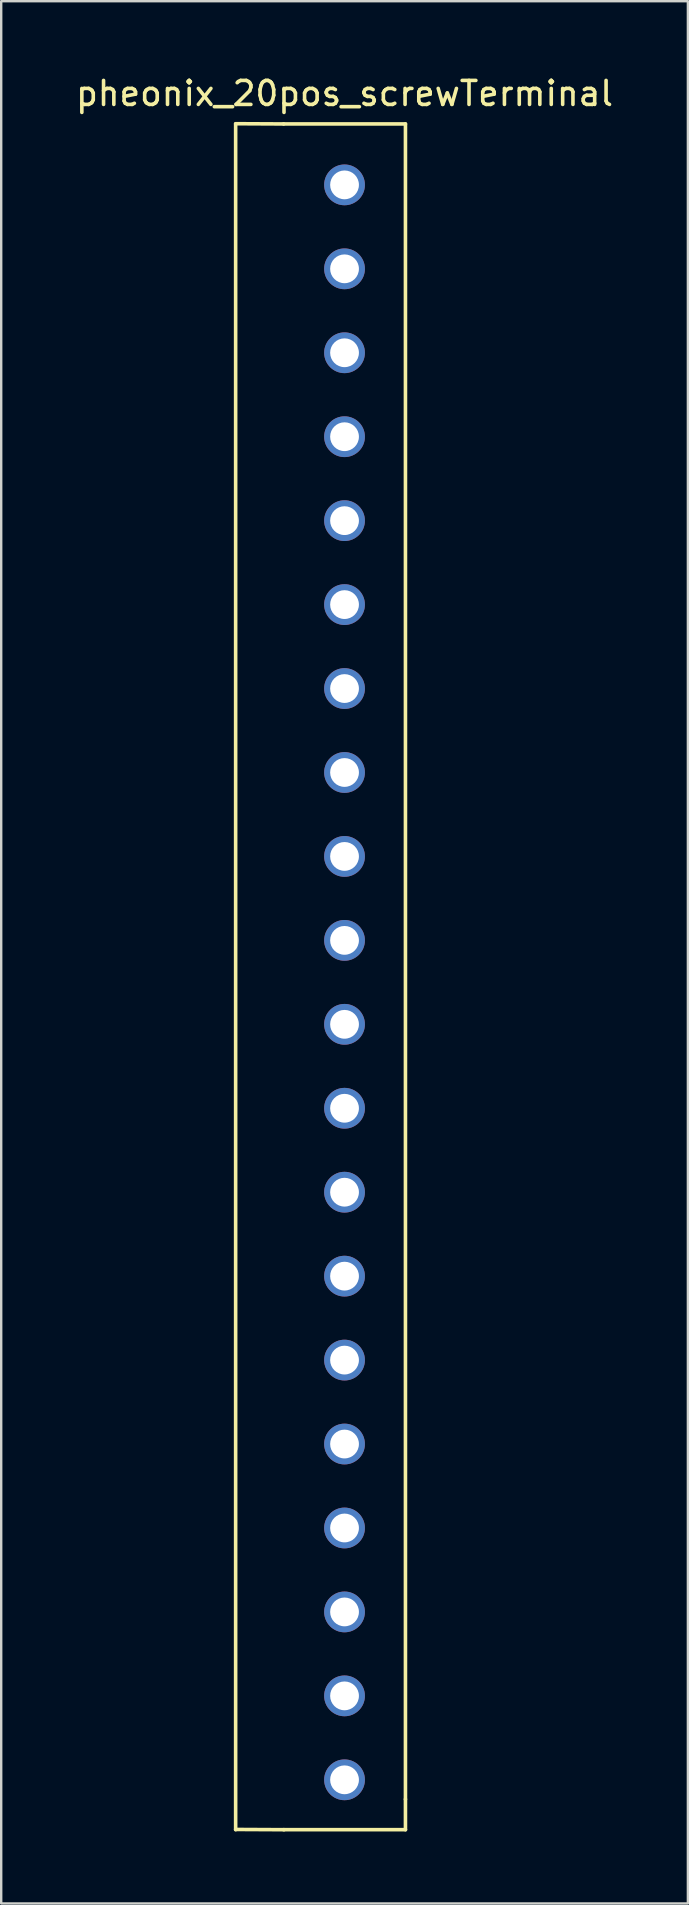
<source format=kicad_pcb>
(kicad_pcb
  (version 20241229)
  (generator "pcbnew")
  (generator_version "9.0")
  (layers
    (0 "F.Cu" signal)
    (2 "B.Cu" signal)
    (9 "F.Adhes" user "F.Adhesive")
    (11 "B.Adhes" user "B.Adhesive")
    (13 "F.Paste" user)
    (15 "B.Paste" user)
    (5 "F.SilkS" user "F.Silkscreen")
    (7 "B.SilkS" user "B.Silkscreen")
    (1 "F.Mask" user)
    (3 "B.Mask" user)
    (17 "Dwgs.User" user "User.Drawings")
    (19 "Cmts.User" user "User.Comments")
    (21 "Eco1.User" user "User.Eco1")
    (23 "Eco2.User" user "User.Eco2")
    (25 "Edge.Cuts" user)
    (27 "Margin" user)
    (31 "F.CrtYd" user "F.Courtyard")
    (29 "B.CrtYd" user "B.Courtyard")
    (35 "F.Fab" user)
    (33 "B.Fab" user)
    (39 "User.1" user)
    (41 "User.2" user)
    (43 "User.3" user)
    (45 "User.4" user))
  (footprint "pheonix_20pos_screwTerminal"
    (layer "F.Cu")
    (at 11.315 4.658)
    (property "Reference" "pheonix_20pos_screwTerminal" (at 0 -3.81 0) (layer "F.SilkS") (effects (font (size 1 1) (thickness 0.15))))
    (attr through_hole)
    (fp_line (start -4.54 68.57) (end -2.52 68.58) (stroke (width 0.15) (type solid)) (layer "F.SilkS"))
    (fp_line (start -4.54 68.58) (end -4.54 -2.54) (stroke (width 0.15) (type solid)) (layer "F.SilkS"))
    (fp_line (start -2.54 -2.54) (end -4.54 -2.55) (stroke (width 0.15) (type solid)) (layer "F.SilkS"))
    (fp_line (start -2.54 -2.54) (end 2.54 -2.54) (stroke (width 0.15) (type solid)) (layer "F.SilkS"))
    (fp_line (start 2.54 -2.54) (end 2.54 67.31) (stroke (width 0.15) (type solid)) (layer "F.SilkS"))
    (fp_line (start 2.54 67.31) (end 2.54 68.58) (stroke (width 0.15) (type solid)) (layer "F.SilkS"))
    (fp_line (start 2.54 68.58) (end -2.54 68.58) (stroke (width 0.15) (type solid)) (layer "F.SilkS"))
    (pad "1" thru_hole circle (at 0 0) (size 1.7 1.7) (drill 1.2) (layers "*.Cu" "*.Mask"))
    (pad "2" thru_hole circle (at 0 3.5) (size 1.7 1.7) (drill 1.2) (layers "*.Cu" "*.Mask"))
    (pad "3" thru_hole circle (at 0 7) (size 1.7 1.7) (drill 1.2) (layers "*.Cu" "*.Mask"))
    (pad "4" thru_hole circle (at 0 10.5) (size 1.7 1.7) (drill 1.2) (layers "*.Cu" "*.Mask"))
    (pad "5" thru_hole circle (at 0 14) (size 1.7 1.7) (drill 1.2) (layers "*.Cu" "*.Mask"))
    (pad "6" thru_hole circle (at 0 17.5) (size 1.7 1.7) (drill 1.2) (layers "*.Cu" "*.Mask"))
    (pad "7" thru_hole circle (at 0 21) (size 1.7 1.7) (drill 1.2) (layers "*.Cu" "*.Mask"))
    (pad "8" thru_hole circle (at 0 24.5) (size 1.7 1.7) (drill 1.2) (layers "*.Cu" "*.Mask"))
    (pad "9" thru_hole circle (at 0 28) (size 1.7 1.7) (drill 1.2) (layers "*.Cu" "*.Mask"))
    (pad "10" thru_hole circle (at 0 31.5) (size 1.7 1.7) (drill 1.2) (layers "*.Cu" "*.Mask"))
    (pad "11" thru_hole circle (at 0 35) (size 1.7 1.7) (drill 1.2) (layers "*.Cu" "*.Mask"))
    (pad "12" thru_hole circle (at 0 38.5) (size 1.7 1.7) (drill 1.2) (layers "*.Cu" "*.Mask"))
    (pad "13" thru_hole circle (at 0 42) (size 1.7 1.7) (drill 1.2) (layers "*.Cu" "*.Mask"))
    (pad "14" thru_hole circle (at 0 45.5) (size 1.7 1.7) (drill 1.2) (layers "*.Cu" "*.Mask"))
    (pad "15" thru_hole circle (at 0 49) (size 1.7 1.7) (drill 1.2) (layers "*.Cu" "*.Mask"))
    (pad "16" thru_hole circle (at 0 52.5) (size 1.7 1.7) (drill 1.2) (layers "*.Cu" "*.Mask"))
    (pad "17" thru_hole circle (at 0 56) (size 1.7 1.7) (drill 1.2) (layers "*.Cu" "*.Mask"))
    (pad "18" thru_hole circle (at 0 59.5) (size 1.7 1.7) (drill 1.2) (layers "*.Cu" "*.Mask"))
    (pad "19" thru_hole circle (at 0 63) (size 1.7 1.7) (drill 1.2) (layers "*.Cu" "*.Mask"))
    (pad "20" thru_hole circle (at 0 66.5) (size 1.7 1.7) (drill 1.2) (layers "*.Cu" "*.Mask")))
  (gr_rect
    (start -3 -3)
    (end 25.631 76.313)
    (stroke (width 0.1) (type default))
    (fill no)
    (layer "Edge.Cuts")))
</source>
